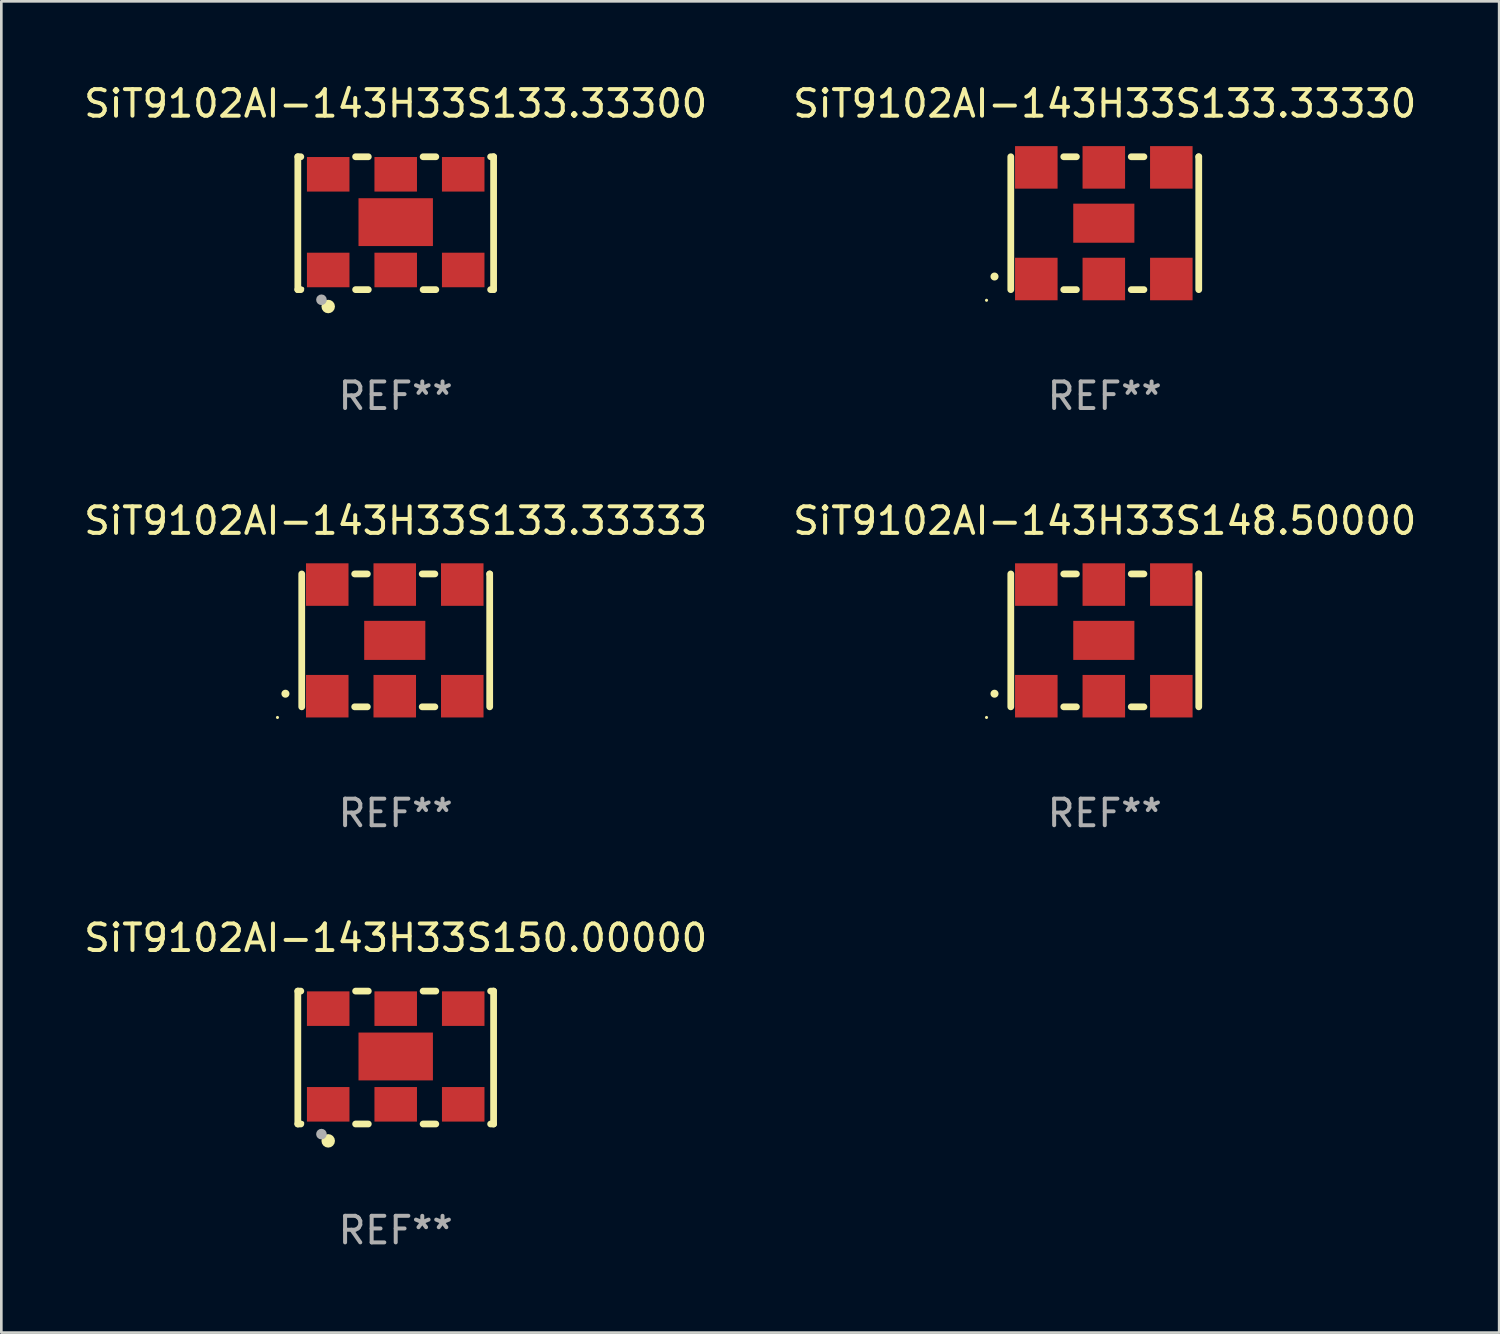
<source format=kicad_pcb>
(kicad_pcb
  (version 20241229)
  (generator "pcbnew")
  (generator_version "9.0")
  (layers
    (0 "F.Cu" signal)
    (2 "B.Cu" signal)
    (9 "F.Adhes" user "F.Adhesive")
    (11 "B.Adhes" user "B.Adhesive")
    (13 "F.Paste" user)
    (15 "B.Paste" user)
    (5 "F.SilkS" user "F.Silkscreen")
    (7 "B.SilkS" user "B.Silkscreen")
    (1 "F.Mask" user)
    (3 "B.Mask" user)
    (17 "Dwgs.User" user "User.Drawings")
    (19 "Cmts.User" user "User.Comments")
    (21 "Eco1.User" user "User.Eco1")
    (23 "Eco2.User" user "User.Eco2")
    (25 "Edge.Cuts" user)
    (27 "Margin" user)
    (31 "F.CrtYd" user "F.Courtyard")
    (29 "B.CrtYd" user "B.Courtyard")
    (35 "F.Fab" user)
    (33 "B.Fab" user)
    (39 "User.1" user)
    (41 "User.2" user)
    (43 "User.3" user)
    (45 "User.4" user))
  (footprint "SiT9102AI-143H33S148.50000"
    (layer "F.Cu")
    (at 38.518 21.045)
    (property "Reference" "SiT9102AI-143H33S148.50000" (at 0 -4.5 0) (layer "F.SilkS") (effects (font (size 1 1) (thickness 0.15))))
    (attr through_hole)
    (fp_line (start -3.536 -2.5) (end -3.536 2.5) (stroke (width 0.254) (type solid)) (layer "F.SilkS"))
    (fp_line (start -1.544 2.5) (end -1.067 2.5) (stroke (width 0.254) (type solid)) (layer "F.SilkS"))
    (fp_line (start -1.067 -2.5) (end -1.544 -2.5) (stroke (width 0.254) (type solid)) (layer "F.SilkS"))
    (fp_line (start 0.996 2.5) (end 1.473 2.5) (stroke (width 0.254) (type solid)) (layer "F.SilkS"))
    (fp_line (start 1.473 -2.5) (end 0.996 -2.5) (stroke (width 0.254) (type solid)) (layer "F.SilkS"))
    (fp_line (start 3.536 -2.5) (end 3.536 -2.5) (stroke (width 0.254) (type solid)) (layer "F.SilkS"))
    (fp_line (start 3.536 2.5) (end 3.536 -2.5) (stroke (width 0.254) (type solid)) (layer "F.SilkS"))
    (fp_arc (start -4.150432 2.006604) (mid -4.149162 2.006599) (end -4.147892 2.006604) (stroke (width 0.3) (type solid)) (layer "F.SilkS"))
    (fp_circle (center -4.449 2.9) (end -4.419 2.9) (stroke (width 0.06) (type solid)) (fill no) (layer "F.SilkS"))
    (fp_text user "REF**" (at 0 6.5 0) (layer "F.Fab") (effects (font (size 1 1) (thickness 0.15))))
    (pad "1" smd rect (at -2.576 2.1) (size 1.6 1.6) (layers "F.Cu" "F.Mask" "F.Paste"))
    (pad "2" smd rect (at -0.036 2.1) (size 1.6 1.6) (layers "F.Cu" "F.Mask" "F.Paste"))
    (pad "3" smd rect (at 2.504 2.1) (size 1.6 1.6) (layers "F.Cu" "F.Mask" "F.Paste"))
    (pad "4" smd rect (at 2.504 -2.1) (size 1.6 1.6) (layers "F.Cu" "F.Mask" "F.Paste"))
    (pad "5" smd rect (at -0.036 -2.1) (size 1.6 1.6) (layers "F.Cu" "F.Mask" "F.Paste"))
    (pad "6" smd rect (at -2.576 -2.1) (size 1.6 1.6) (layers "F.Cu" "F.Mask" "F.Paste"))
    (pad "7" smd rect (at -0.036 0) (size 2.3 1.47) (layers "F.Cu" "F.Mask" "F.Paste")))
  (footprint "SiT9102AI-143H33S150.00000"
    (layer "F.Cu")
    (at 11.839 36.741)
    (property "Reference" "SiT9102AI-143H33S150.00000" (at 0 -4.5 0) (layer "F.SilkS") (effects (font (size 1 1) (thickness 0.15))))
    (attr through_hole)
    (fp_line (start -3.683 -2.5) (end -3.571 -2.5) (stroke (width 0.254) (type solid)) (layer "F.SilkS"))
    (fp_line (start -3.683 2.5) (end -3.683 -2.5) (stroke (width 0.254) (type solid)) (layer "F.SilkS"))
    (fp_line (start -3.683 2.5) (end -3.571 2.5) (stroke (width 0.254) (type solid)) (layer "F.SilkS"))
    (fp_line (start -1.509 -2.5) (end -1.031 -2.5) (stroke (width 0.254) (type solid)) (layer "F.SilkS"))
    (fp_line (start -1.509 2.5) (end -1.031 2.5) (stroke (width 0.254) (type solid)) (layer "F.SilkS"))
    (fp_line (start 1.031 -2.5) (end 1.509 -2.5) (stroke (width 0.254) (type solid)) (layer "F.SilkS"))
    (fp_line (start 1.031 2.5) (end 1.509 2.5) (stroke (width 0.254) (type solid)) (layer "F.SilkS"))
    (fp_line (start 3.571 -2.5) (end 3.683 -2.5) (stroke (width 0.254) (type solid)) (layer "F.SilkS"))
    (fp_line (start 3.571 2.5) (end 3.683 2.5) (stroke (width 0.254) (type solid)) (layer "F.SilkS"))
    (fp_line (start 3.683 2.5) (end 3.683 -2.5) (stroke (width 0.254) (type solid)) (layer "F.SilkS"))
    (fp_circle (center -3.5 2.46) (end -3.47 2.46) (stroke (width 0.06) (type solid)) (fill no) (layer "F.SilkS"))
    (fp_circle (center -2.54 3.135) (end -2.413 3.135) (stroke (width 0.254) (type solid)) (fill no) (layer "F.SilkS"))
    (fp_circle (center -2.794 2.881) (end -2.694 2.881) (stroke (width 0.2) (type solid)) (fill no) (layer "F.Fab"))
    (fp_text user "REF**" (at 0 6.5 0) (layer "F.Fab") (effects (font (size 1 1) (thickness 0.15))))
    (pad "1" smd rect (at -2.54 1.76) (size 1.6 1.3) (layers "F.Cu" "F.Mask" "F.Paste"))
    (pad "2" smd rect (at 0 1.76) (size 1.6 1.3) (layers "F.Cu" "F.Mask" "F.Paste"))
    (pad "3" smd rect (at 2.54 1.76) (size 1.6 1.3) (layers "F.Cu" "F.Mask" "F.Paste"))
    (pad "4" smd rect (at 2.54 -1.84) (size 1.6 1.3) (layers "F.Cu" "F.Mask" "F.Paste"))
    (pad "5" smd rect (at 0 -1.84) (size 1.6 1.3) (layers "F.Cu" "F.Mask" "F.Paste"))
    (pad "6" smd rect (at -2.54 -1.84) (size 1.6 1.3) (layers "F.Cu" "F.Mask" "F.Paste"))
    (pad "7" smd rect (at 0 -0.04) (size 2.8 1.8) (layers "F.Cu" "F.Mask" "F.Paste")))
  (footprint "SiT9102AI-143H33S133.33333"
    (layer "F.Cu")
    (at 11.839 21.045)
    (property "Reference" "SiT9102AI-143H33S133.33333" (at 0 -4.5 0) (layer "F.SilkS") (effects (font (size 1 1) (thickness 0.15))))
    (attr through_hole)
    (fp_line (start -3.536 -2.5) (end -3.536 2.5) (stroke (width 0.254) (type solid)) (layer "F.SilkS"))
    (fp_line (start -1.544 2.5) (end -1.067 2.5) (stroke (width 0.254) (type solid)) (layer "F.SilkS"))
    (fp_line (start -1.067 -2.5) (end -1.544 -2.5) (stroke (width 0.254) (type solid)) (layer "F.SilkS"))
    (fp_line (start 0.996 2.5) (end 1.473 2.5) (stroke (width 0.254) (type solid)) (layer "F.SilkS"))
    (fp_line (start 1.473 -2.5) (end 0.996 -2.5) (stroke (width 0.254) (type solid)) (layer "F.SilkS"))
    (fp_line (start 3.536 -2.5) (end 3.536 -2.5) (stroke (width 0.254) (type solid)) (layer "F.SilkS"))
    (fp_line (start 3.536 2.5) (end 3.536 -2.5) (stroke (width 0.254) (type solid)) (layer "F.SilkS"))
    (fp_arc (start -4.150432 2.006604) (mid -4.149162 2.006599) (end -4.147892 2.006604) (stroke (width 0.3) (type solid)) (layer "F.SilkS"))
    (fp_circle (center -4.449 2.9) (end -4.419 2.9) (stroke (width 0.06) (type solid)) (fill no) (layer "F.SilkS"))
    (fp_text user "REF**" (at 0 6.5 0) (layer "F.Fab") (effects (font (size 1 1) (thickness 0.15))))
    (pad "1" smd rect (at -2.576 2.1) (size 1.6 1.6) (layers "F.Cu" "F.Mask" "F.Paste"))
    (pad "2" smd rect (at -0.036 2.1) (size 1.6 1.6) (layers "F.Cu" "F.Mask" "F.Paste"))
    (pad "3" smd rect (at 2.504 2.1) (size 1.6 1.6) (layers "F.Cu" "F.Mask" "F.Paste"))
    (pad "4" smd rect (at 2.504 -2.1) (size 1.6 1.6) (layers "F.Cu" "F.Mask" "F.Paste"))
    (pad "5" smd rect (at -0.036 -2.1) (size 1.6 1.6) (layers "F.Cu" "F.Mask" "F.Paste"))
    (pad "6" smd rect (at -2.576 -2.1) (size 1.6 1.6) (layers "F.Cu" "F.Mask" "F.Paste"))
    (pad "7" smd rect (at -0.036 0) (size 2.3 1.47) (layers "F.Cu" "F.Mask" "F.Paste")))
  (footprint "SiT9102AI-143H33S133.33300"
    (layer "F.Cu")
    (at 11.839 5.348)
    (property "Reference" "SiT9102AI-143H33S133.33300" (at 0 -4.5 0) (layer "F.SilkS") (effects (font (size 1 1) (thickness 0.15))))
    (attr through_hole)
    (fp_line (start -3.683 -2.5) (end -3.571 -2.5) (stroke (width 0.254) (type solid)) (layer "F.SilkS"))
    (fp_line (start -3.683 2.5) (end -3.683 -2.5) (stroke (width 0.254) (type solid)) (layer "F.SilkS"))
    (fp_line (start -3.683 2.5) (end -3.571 2.5) (stroke (width 0.254) (type solid)) (layer "F.SilkS"))
    (fp_line (start -1.509 -2.5) (end -1.031 -2.5) (stroke (width 0.254) (type solid)) (layer "F.SilkS"))
    (fp_line (start -1.509 2.5) (end -1.031 2.5) (stroke (width 0.254) (type solid)) (layer "F.SilkS"))
    (fp_line (start 1.031 -2.5) (end 1.509 -2.5) (stroke (width 0.254) (type solid)) (layer "F.SilkS"))
    (fp_line (start 1.031 2.5) (end 1.509 2.5) (stroke (width 0.254) (type solid)) (layer "F.SilkS"))
    (fp_line (start 3.571 -2.5) (end 3.683 -2.5) (stroke (width 0.254) (type solid)) (layer "F.SilkS"))
    (fp_line (start 3.571 2.5) (end 3.683 2.5) (stroke (width 0.254) (type solid)) (layer "F.SilkS"))
    (fp_line (start 3.683 2.5) (end 3.683 -2.5) (stroke (width 0.254) (type solid)) (layer "F.SilkS"))
    (fp_circle (center -3.5 2.46) (end -3.47 2.46) (stroke (width 0.06) (type solid)) (fill no) (layer "F.SilkS"))
    (fp_circle (center -2.54 3.135) (end -2.413 3.135) (stroke (width 0.254) (type solid)) (fill no) (layer "F.SilkS"))
    (fp_circle (center -2.794 2.881) (end -2.694 2.881) (stroke (width 0.2) (type solid)) (fill no) (layer "F.Fab"))
    (fp_text user "REF**" (at 0 6.5 0) (layer "F.Fab") (effects (font (size 1 1) (thickness 0.15))))
    (pad "1" smd rect (at -2.54 1.76) (size 1.6 1.3) (layers "F.Cu" "F.Mask" "F.Paste"))
    (pad "2" smd rect (at 0 1.76) (size 1.6 1.3) (layers "F.Cu" "F.Mask" "F.Paste"))
    (pad "3" smd rect (at 2.54 1.76) (size 1.6 1.3) (layers "F.Cu" "F.Mask" "F.Paste"))
    (pad "4" smd rect (at 2.54 -1.84) (size 1.6 1.3) (layers "F.Cu" "F.Mask" "F.Paste"))
    (pad "5" smd rect (at 0 -1.84) (size 1.6 1.3) (layers "F.Cu" "F.Mask" "F.Paste"))
    (pad "6" smd rect (at -2.54 -1.84) (size 1.6 1.3) (layers "F.Cu" "F.Mask" "F.Paste"))
    (pad "7" smd rect (at 0 -0.04) (size 2.8 1.8) (layers "F.Cu" "F.Mask" "F.Paste")))
  (footprint "SiT9102AI-143H33S133.33330"
    (layer "F.Cu")
    (at 38.518 5.348)
    (property "Reference" "SiT9102AI-143H33S133.33330" (at 0 -4.5 0) (layer "F.SilkS") (effects (font (size 1 1) (thickness 0.15))))
    (attr through_hole)
    (fp_line (start -3.536 -2.5) (end -3.536 2.5) (stroke (width 0.254) (type solid)) (layer "F.SilkS"))
    (fp_line (start -1.544 2.5) (end -1.067 2.5) (stroke (width 0.254) (type solid)) (layer "F.SilkS"))
    (fp_line (start -1.067 -2.5) (end -1.544 -2.5) (stroke (width 0.254) (type solid)) (layer "F.SilkS"))
    (fp_line (start 0.996 2.5) (end 1.473 2.5) (stroke (width 0.254) (type solid)) (layer "F.SilkS"))
    (fp_line (start 1.473 -2.5) (end 0.996 -2.5) (stroke (width 0.254) (type solid)) (layer "F.SilkS"))
    (fp_line (start 3.536 -2.5) (end 3.536 -2.5) (stroke (width 0.254) (type solid)) (layer "F.SilkS"))
    (fp_line (start 3.536 2.5) (end 3.536 -2.5) (stroke (width 0.254) (type solid)) (layer "F.SilkS"))
    (fp_arc (start -4.150432 2.006604) (mid -4.149162 2.006599) (end -4.147892 2.006604) (stroke (width 0.3) (type solid)) (layer "F.SilkS"))
    (fp_circle (center -4.449 2.9) (end -4.419 2.9) (stroke (width 0.06) (type solid)) (fill no) (layer "F.SilkS"))
    (fp_text user "REF**" (at 0 6.5 0) (layer "F.Fab") (effects (font (size 1 1) (thickness 0.15))))
    (pad "1" smd rect (at -2.576 2.1) (size 1.6 1.6) (layers "F.Cu" "F.Mask" "F.Paste"))
    (pad "2" smd rect (at -0.036 2.1) (size 1.6 1.6) (layers "F.Cu" "F.Mask" "F.Paste"))
    (pad "3" smd rect (at 2.504 2.1) (size 1.6 1.6) (layers "F.Cu" "F.Mask" "F.Paste"))
    (pad "4" smd rect (at 2.504 -2.1) (size 1.6 1.6) (layers "F.Cu" "F.Mask" "F.Paste"))
    (pad "5" smd rect (at -0.036 -2.1) (size 1.6 1.6) (layers "F.Cu" "F.Mask" "F.Paste"))
    (pad "6" smd rect (at -2.576 -2.1) (size 1.6 1.6) (layers "F.Cu" "F.Mask" "F.Paste"))
    (pad "7" smd rect (at -0.036 0) (size 2.3 1.47) (layers "F.Cu" "F.Mask" "F.Paste")))
  (gr_rect
    (start -3 -3)
    (end 53.357 47.09)
    (stroke (width 0.1) (type default))
    (fill no)
    (layer "Edge.Cuts")))
</source>
